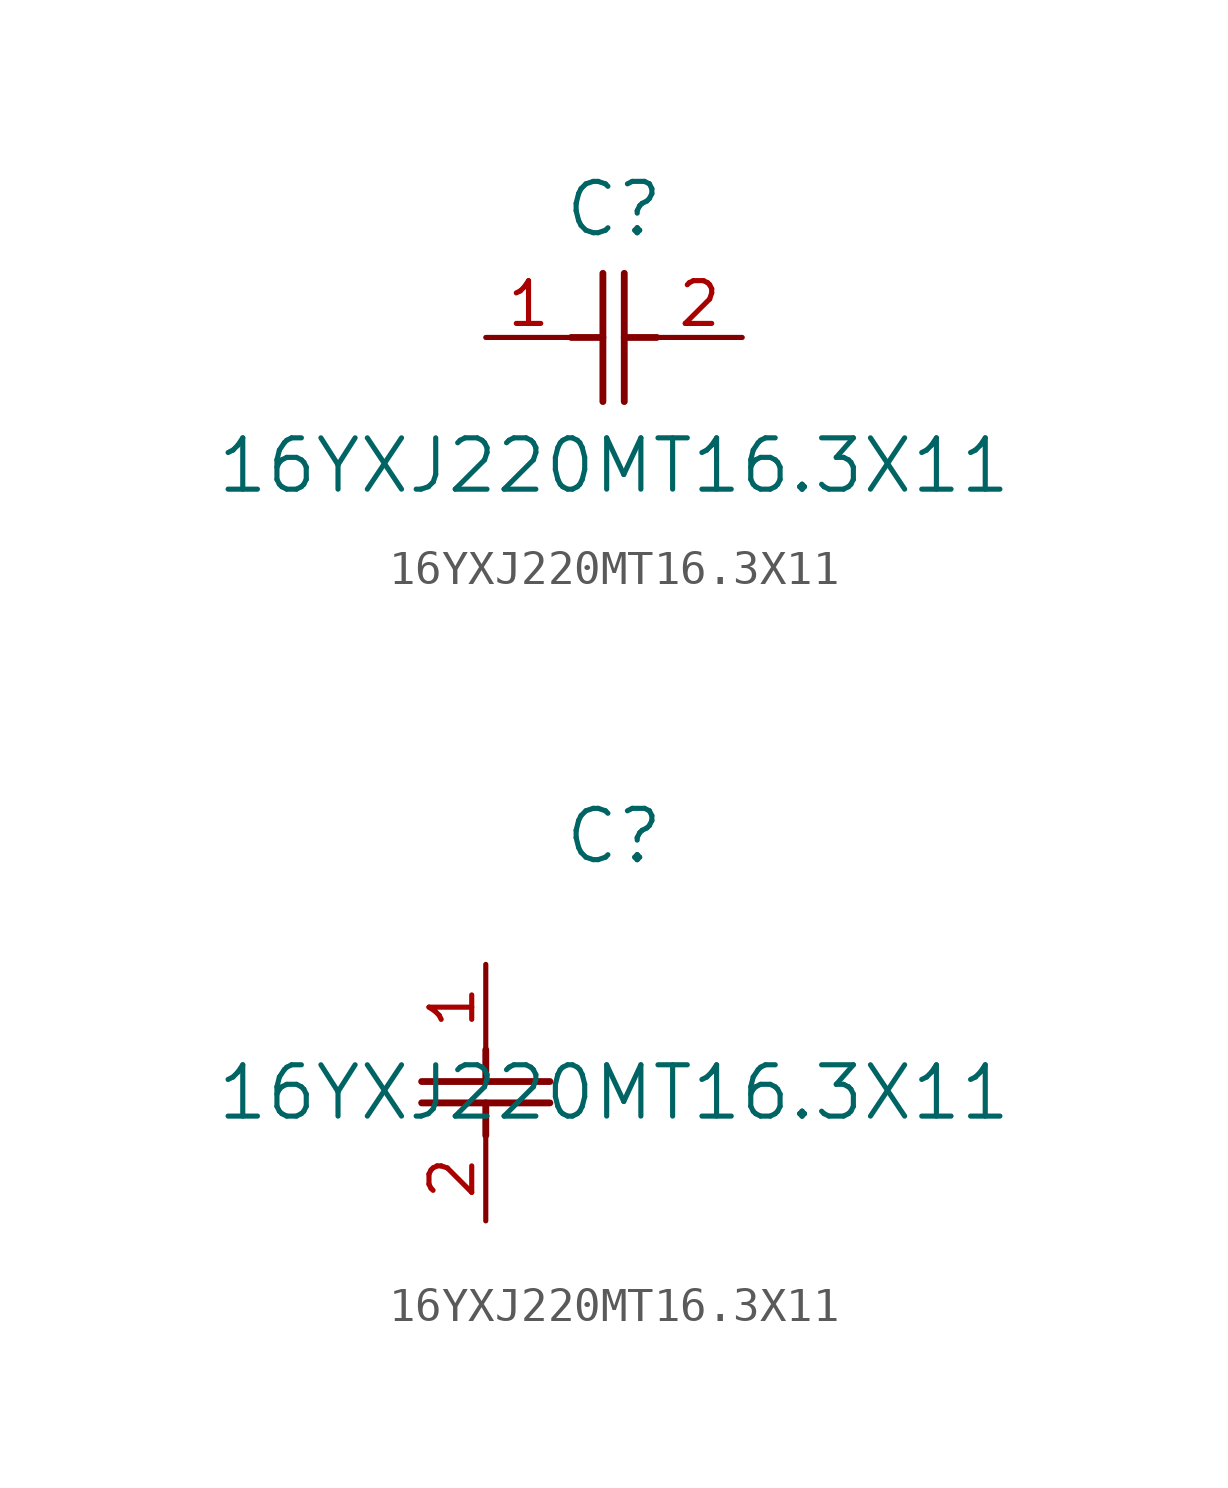
<source format=kicad_sym>
(kicad_symbol_lib
  (version 20211014)
  (generator kicad_symbol_editor)
  (symbol "16YXJ220MT16.3X11"
    (pin_names
      (offset 0.254))
    (property "Reference" "C"
      (at 3.81 3.81 0)
      (effects (font (size 1.524 1.524))))
    (property "Value" "16YXJ220MT16.3X11"
      (at 3.81 -3.81 0)
      (effects (font (size 1.524 1.524))))
    (symbol "16YXJ220MT16.3X11_1_1"
      (polyline (pts (xy 3.48 -1.905) (xy 3.48 1.905)) (stroke (width 0.203) (type default) (color 0 0 0 0)) (fill (type none)))
      (polyline (pts (xy 4.115 -1.905) (xy 4.115 1.905)) (stroke (width 0.203) (type default) (color 0 0 0 0)) (fill (type none)))
      (polyline (pts (xy 4.115 0) (xy 5.08 0)) (stroke (width 0.203) (type default) (color 0 0 0 0)) (fill (type none)))
      (polyline (pts (xy 2.54 0) (xy 3.48 0)) (stroke (width 0.203) (type default) (color 0 0 0 0)) (fill (type none)))
      (pin unspecified line (at 0 0 0) (length 2.54) (name "" (effects (font (size 1.27 1.27)))) (number "1" (effects (font (size 1.27 1.27)))))
      (pin unspecified line (at 7.62 0 180) (length 2.54) (name "" (effects (font (size 1.27 1.27)))) (number "2" (effects (font (size 1.27 1.27))))))
    (symbol "16YXJ220MT16.3X11_1_2"
      (polyline (pts (xy -1.905 -3.48) (xy 1.905 -3.48)) (stroke (width 0.203) (type default) (color 0 0 0 0)) (fill (type none)))
      (polyline (pts (xy -1.905 -4.115) (xy 1.905 -4.115)) (stroke (width 0.203) (type default) (color 0 0 0 0)) (fill (type none)))
      (polyline (pts (xy 0 -4.115) (xy 0 -5.08)) (stroke (width 0.203) (type default) (color 0 0 0 0)) (fill (type none)))
      (polyline (pts (xy 0 -2.54) (xy 0 -3.48)) (stroke (width 0.203) (type default) (color 0 0 0 0)) (fill (type none)))
      (pin unspecified line (at 0 0 270) (length 2.54) (name "" (effects (font (size 1.27 1.27)))) (number "1" (effects (font (size 1.27 1.27)))))
      (pin unspecified line (at 0 -7.62 90) (length 2.54) (name "" (effects (font (size 1.27 1.27)))) (number "2" (effects (font (size 1.27 1.27))))))))
</source>
